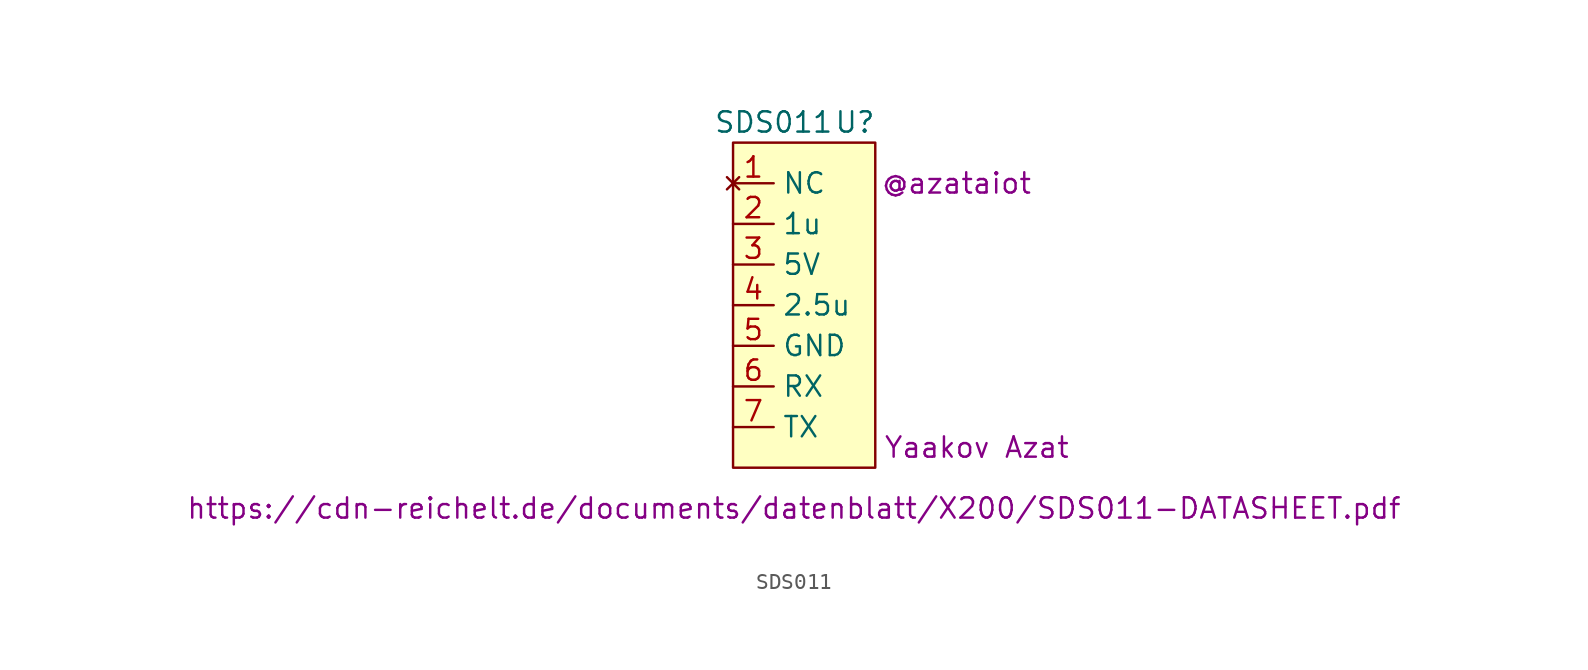
<source format=kicad_sym>
(kicad_symbol_lib
  (version 20211014)
  (generator kicad_symbol_editor)
  (symbol "SDS011"
    (property "Reference" "U"
      (at 7.62 11.43 0)
      (effects (font (size 1.27 1.27))))
    (property "Value" "SDS011"
      (at 2.54 11.43 0)
      (effects (font (size 1.27 1.27))))
    (property "Datasheet" "https://cdn-reichelt.de/documents/datenblatt/X200/SDS011-DATASHEET.pdf"
      (at 3.81 -12.7 0)
      (effects (font (size 1.27 1.27))))
    (property "Author" "Yaakov Azat"
      (at 15.24 -8.89 0)
      (effects (font (size 1.27 1.27))))
    (property "Author GitHub ID" "@azataiot"
      (at 13.97 7.62 0)
      (effects (font (size 1.27 1.27))))
    (symbol "SDS011_0_1"
      (rectangle (start 0 10.16) (end 8.89 -10.16) (stroke (width 0) (type default) (color 0 0 0 0)) (fill (type background))))
    (symbol "SDS011_1_1"
      (pin no_connect line (at 0 7.62 0) (length 2.54) (name "NC" (effects (font (size 1.27 1.27)))) (number "1" (effects (font (size 1.27 1.27)))))
      (pin output line (at 0 5.08 0) (length 2.54) (name "1u" (effects (font (size 1.27 1.27)))) (number "2" (effects (font (size 1.27 1.27)))))
      (pin power_in line (at 0 2.54 0) (length 2.54) (name "5V" (effects (font (size 1.27 1.27)))) (number "3" (effects (font (size 1.27 1.27)))))
      (pin output line (at 0 0 0) (length 2.54) (name "2.5u" (effects (font (size 1.27 1.27)))) (number "4" (effects (font (size 1.27 1.27)))))
      (pin power_in line (at 0 -2.54 0) (length 2.54) (name "GND" (effects (font (size 1.27 1.27)))) (number "5" (effects (font (size 1.27 1.27)))))
      (pin input line (at 0 -5.08 0) (length 2.54) (name "RX" (effects (font (size 1.27 1.27)))) (number "6" (effects (font (size 1.27 1.27)))))
      (pin output line (at 0 -7.62 0) (length 2.54) (name "TX" (effects (font (size 1.27 1.27)))) (number "7" (effects (font (size 1.27 1.27))))))))
</source>
